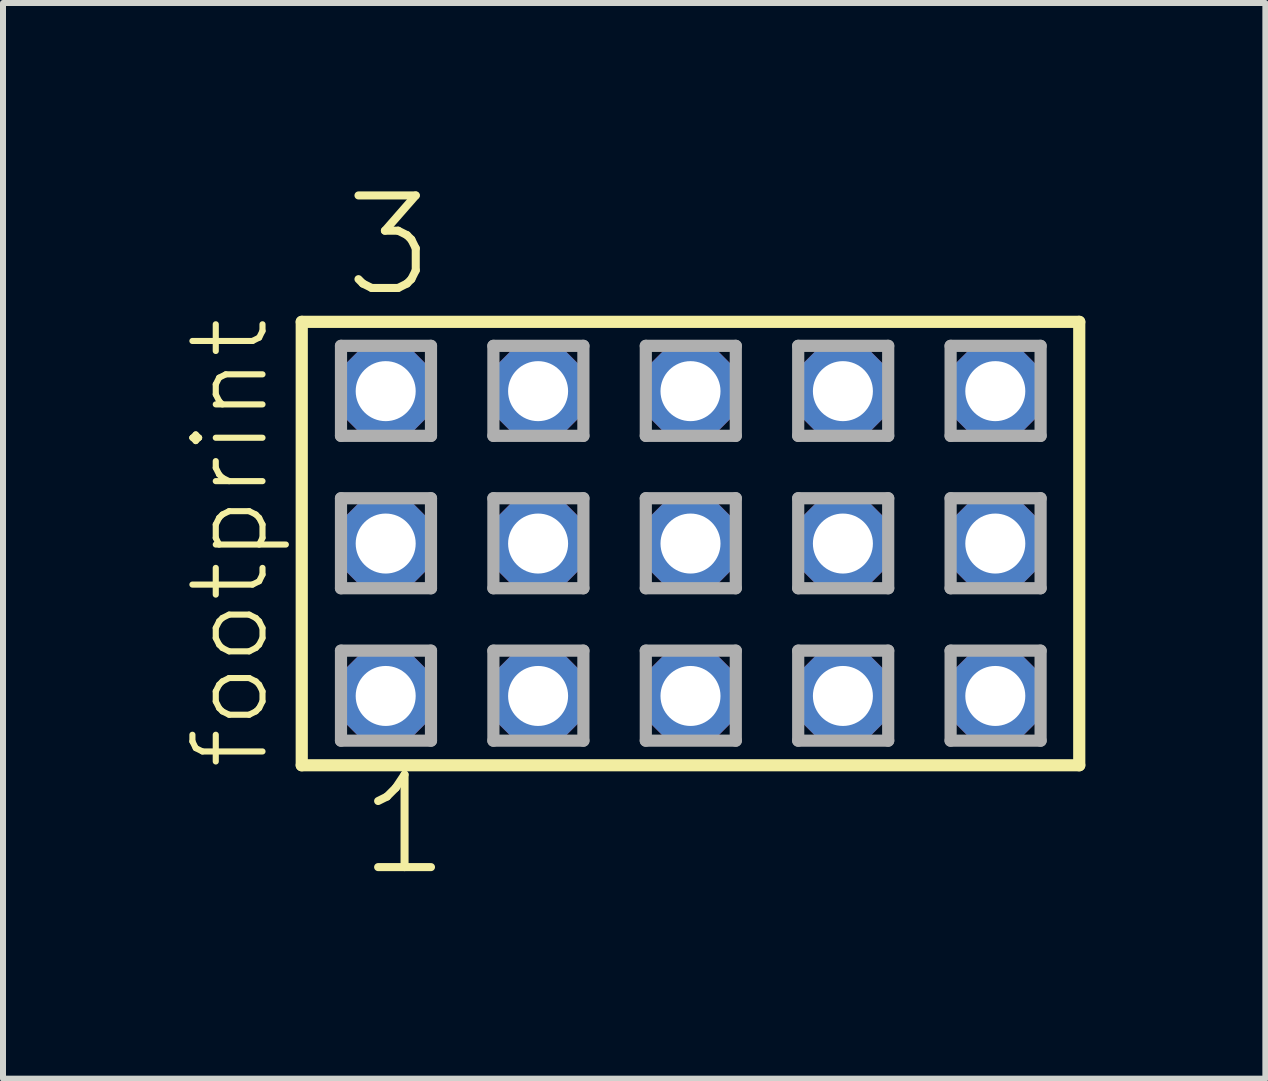
<source format=kicad_pcb>
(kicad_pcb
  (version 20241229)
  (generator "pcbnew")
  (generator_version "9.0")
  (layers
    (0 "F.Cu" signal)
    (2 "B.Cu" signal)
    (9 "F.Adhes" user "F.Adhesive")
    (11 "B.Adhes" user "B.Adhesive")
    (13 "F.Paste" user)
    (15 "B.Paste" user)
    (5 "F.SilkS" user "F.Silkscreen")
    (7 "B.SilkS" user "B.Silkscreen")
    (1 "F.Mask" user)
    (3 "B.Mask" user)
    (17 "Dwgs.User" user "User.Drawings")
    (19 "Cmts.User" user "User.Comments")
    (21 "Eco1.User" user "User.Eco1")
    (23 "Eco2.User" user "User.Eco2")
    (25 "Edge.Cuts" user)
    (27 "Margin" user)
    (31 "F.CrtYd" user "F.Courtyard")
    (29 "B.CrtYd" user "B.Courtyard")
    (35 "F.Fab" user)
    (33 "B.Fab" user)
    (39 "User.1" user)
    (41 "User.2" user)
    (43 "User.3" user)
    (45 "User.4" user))
  (footprint "footprint"
    (layer "F.Cu")
    (at 8.458 6.009)
    (property "Reference" "footprint" (at -6.985 3.81 90) (layer "F.SilkS") (effects (font (size 1.168 1.168) (thickness 0.102)) (justify left bottom)))
    (fp_line (start -6.479 -3.695) (end 6.479 -3.695) (stroke (width 0.203) (type solid)) (layer "F.SilkS"))
    (fp_line (start -6.479 3.695) (end -6.479 -3.695) (stroke (width 0.203) (type solid)) (layer "F.SilkS"))
    (fp_line (start 6.479 -3.695) (end 6.479 3.695) (stroke (width 0.203) (type solid)) (layer "F.SilkS"))
    (fp_line (start 6.479 3.695) (end -6.479 3.695) (stroke (width 0.203) (type solid)) (layer "F.SilkS"))
    (fp_line (start -5.825 -3.295) (end -4.325 -3.295) (stroke (width 0.203) (type solid)) (layer "F.Fab"))
    (fp_line (start -5.825 -1.795) (end -5.825 -3.295) (stroke (width 0.203) (type solid)) (layer "F.Fab"))
    (fp_line (start -5.825 -0.755) (end -4.325 -0.755) (stroke (width 0.203) (type solid)) (layer "F.Fab"))
    (fp_line (start -5.825 0.745) (end -5.825 -0.755) (stroke (width 0.203) (type solid)) (layer "F.Fab"))
    (fp_line (start -5.825 1.785) (end -4.325 1.785) (stroke (width 0.203) (type solid)) (layer "F.Fab"))
    (fp_line (start -5.825 3.285) (end -5.825 1.785) (stroke (width 0.203) (type solid)) (layer "F.Fab"))
    (fp_line (start -4.325 -3.295) (end -4.325 -1.795) (stroke (width 0.203) (type solid)) (layer "F.Fab"))
    (fp_line (start -4.325 -1.795) (end -5.825 -1.795) (stroke (width 0.203) (type solid)) (layer "F.Fab"))
    (fp_line (start -4.325 -0.755) (end -4.325 0.745) (stroke (width 0.203) (type solid)) (layer "F.Fab"))
    (fp_line (start -4.325 0.745) (end -5.825 0.745) (stroke (width 0.203) (type solid)) (layer "F.Fab"))
    (fp_line (start -4.325 1.785) (end -4.325 3.285) (stroke (width 0.203) (type solid)) (layer "F.Fab"))
    (fp_line (start -4.325 3.285) (end -5.825 3.285) (stroke (width 0.203) (type solid)) (layer "F.Fab"))
    (fp_line (start -3.285 -3.295) (end -1.785 -3.295) (stroke (width 0.203) (type solid)) (layer "F.Fab"))
    (fp_line (start -3.285 -1.795) (end -3.285 -3.295) (stroke (width 0.203) (type solid)) (layer "F.Fab"))
    (fp_line (start -3.285 -0.755) (end -1.785 -0.755) (stroke (width 0.203) (type solid)) (layer "F.Fab"))
    (fp_line (start -3.285 0.745) (end -3.285 -0.755) (stroke (width 0.203) (type solid)) (layer "F.Fab"))
    (fp_line (start -3.285 1.785) (end -1.785 1.785) (stroke (width 0.203) (type solid)) (layer "F.Fab"))
    (fp_line (start -3.285 3.285) (end -3.285 1.785) (stroke (width 0.203) (type solid)) (layer "F.Fab"))
    (fp_line (start -1.785 -3.295) (end -1.785 -1.795) (stroke (width 0.203) (type solid)) (layer "F.Fab"))
    (fp_line (start -1.785 -1.795) (end -3.285 -1.795) (stroke (width 0.203) (type solid)) (layer "F.Fab"))
    (fp_line (start -1.785 -0.755) (end -1.785 0.745) (stroke (width 0.203) (type solid)) (layer "F.Fab"))
    (fp_line (start -1.785 0.745) (end -3.285 0.745) (stroke (width 0.203) (type solid)) (layer "F.Fab"))
    (fp_line (start -1.785 1.785) (end -1.785 3.285) (stroke (width 0.203) (type solid)) (layer "F.Fab"))
    (fp_line (start -1.785 3.285) (end -3.285 3.285) (stroke (width 0.203) (type solid)) (layer "F.Fab"))
    (fp_line (start -0.745 -3.295) (end 0.755 -3.295) (stroke (width 0.203) (type solid)) (layer "F.Fab"))
    (fp_line (start -0.745 -1.795) (end -0.745 -3.295) (stroke (width 0.203) (type solid)) (layer "F.Fab"))
    (fp_line (start -0.745 -0.755) (end 0.755 -0.755) (stroke (width 0.203) (type solid)) (layer "F.Fab"))
    (fp_line (start -0.745 0.745) (end -0.745 -0.755) (stroke (width 0.203) (type solid)) (layer "F.Fab"))
    (fp_line (start -0.745 1.785) (end 0.755 1.785) (stroke (width 0.203) (type solid)) (layer "F.Fab"))
    (fp_line (start -0.745 3.285) (end -0.745 1.785) (stroke (width 0.203) (type solid)) (layer "F.Fab"))
    (fp_line (start 0.755 -3.295) (end 0.755 -1.795) (stroke (width 0.203) (type solid)) (layer "F.Fab"))
    (fp_line (start 0.755 -1.795) (end -0.745 -1.795) (stroke (width 0.203) (type solid)) (layer "F.Fab"))
    (fp_line (start 0.755 -0.755) (end 0.755 0.745) (stroke (width 0.203) (type solid)) (layer "F.Fab"))
    (fp_line (start 0.755 0.745) (end -0.745 0.745) (stroke (width 0.203) (type solid)) (layer "F.Fab"))
    (fp_line (start 0.755 1.785) (end 0.755 3.285) (stroke (width 0.203) (type solid)) (layer "F.Fab"))
    (fp_line (start 0.755 3.285) (end -0.745 3.285) (stroke (width 0.203) (type solid)) (layer "F.Fab"))
    (fp_line (start 1.795 -3.295) (end 3.295 -3.295) (stroke (width 0.203) (type solid)) (layer "F.Fab"))
    (fp_line (start 1.795 -1.795) (end 1.795 -3.295) (stroke (width 0.203) (type solid)) (layer "F.Fab"))
    (fp_line (start 1.795 -0.755) (end 3.295 -0.755) (stroke (width 0.203) (type solid)) (layer "F.Fab"))
    (fp_line (start 1.795 0.745) (end 1.795 -0.755) (stroke (width 0.203) (type solid)) (layer "F.Fab"))
    (fp_line (start 1.795 1.785) (end 3.295 1.785) (stroke (width 0.203) (type solid)) (layer "F.Fab"))
    (fp_line (start 1.795 3.285) (end 1.795 1.785) (stroke (width 0.203) (type solid)) (layer "F.Fab"))
    (fp_line (start 3.295 -3.295) (end 3.295 -1.795) (stroke (width 0.203) (type solid)) (layer "F.Fab"))
    (fp_line (start 3.295 -1.795) (end 1.795 -1.795) (stroke (width 0.203) (type solid)) (layer "F.Fab"))
    (fp_line (start 3.295 -0.755) (end 3.295 0.745) (stroke (width 0.203) (type solid)) (layer "F.Fab"))
    (fp_line (start 3.295 0.745) (end 1.795 0.745) (stroke (width 0.203) (type solid)) (layer "F.Fab"))
    (fp_line (start 3.295 1.785) (end 3.295 3.285) (stroke (width 0.203) (type solid)) (layer "F.Fab"))
    (fp_line (start 3.295 3.285) (end 1.795 3.285) (stroke (width 0.203) (type solid)) (layer "F.Fab"))
    (fp_line (start 4.335 -3.295) (end 5.835 -3.295) (stroke (width 0.203) (type solid)) (layer "F.Fab"))
    (fp_line (start 4.335 -1.795) (end 4.335 -3.295) (stroke (width 0.203) (type solid)) (layer "F.Fab"))
    (fp_line (start 4.335 -0.755) (end 5.835 -0.755) (stroke (width 0.203) (type solid)) (layer "F.Fab"))
    (fp_line (start 4.335 0.745) (end 4.335 -0.755) (stroke (width 0.203) (type solid)) (layer "F.Fab"))
    (fp_line (start 4.335 1.785) (end 5.835 1.785) (stroke (width 0.203) (type solid)) (layer "F.Fab"))
    (fp_line (start 4.335 3.285) (end 4.335 1.785) (stroke (width 0.203) (type solid)) (layer "F.Fab"))
    (fp_line (start 5.835 -3.295) (end 5.835 -1.795) (stroke (width 0.203) (type solid)) (layer "F.Fab"))
    (fp_line (start 5.835 -1.795) (end 4.335 -1.795) (stroke (width 0.203) (type solid)) (layer "F.Fab"))
    (fp_line (start 5.835 -0.755) (end 5.835 0.745) (stroke (width 0.203) (type solid)) (layer "F.Fab"))
    (fp_line (start 5.835 0.745) (end 4.335 0.745) (stroke (width 0.203) (type solid)) (layer "F.Fab"))
    (fp_line (start 5.835 1.785) (end 5.835 3.285) (stroke (width 0.203) (type solid)) (layer "F.Fab"))
    (fp_line (start 5.835 3.285) (end 4.335 3.285) (stroke (width 0.203) (type solid)) (layer "F.Fab"))
    (fp_text user "1" (at -5.588 5.588 0) (layer "F.SilkS") (effects (font (size 1.542 1.542) (thickness 0.134)) (justify left bottom)))
    (fp_text user "3" (at -5.842 -4.064 0) (layer "F.SilkS") (effects (font (size 1.542 1.542) (thickness 0.134)) (justify left bottom)))
    (pad "1" thru_hole roundrect (at -5.08 2.54) (size 1.5 1.5) (drill 1) (layers "*.Cu" "*.Mask") (roundrect_rratio 0.25) (chamfer_ratio 0.25) (chamfer top_left top_right bottom_left bottom_right))
    (pad "2" thru_hole roundrect (at -5.08 0) (size 1.5 1.5) (drill 1) (layers "*.Cu" "*.Mask") (roundrect_rratio 0.25) (chamfer_ratio 0.25) (chamfer top_left top_right bottom_left bottom_right))
    (pad "3" thru_hole roundrect (at -5.08 -2.54) (size 1.5 1.5) (drill 1) (layers "*.Cu" "*.Mask") (roundrect_rratio 0.25) (chamfer_ratio 0.25) (chamfer top_left top_right bottom_left bottom_right))
    (pad "4" thru_hole roundrect (at -2.54 2.54) (size 1.5 1.5) (drill 1) (layers "*.Cu" "*.Mask") (roundrect_rratio 0.25) (chamfer_ratio 0.25) (chamfer top_left top_right bottom_left bottom_right))
    (pad "5" thru_hole roundrect (at -2.54 0) (size 1.5 1.5) (drill 1) (layers "*.Cu" "*.Mask") (roundrect_rratio 0.25) (chamfer_ratio 0.25) (chamfer top_left top_right bottom_left bottom_right))
    (pad "6" thru_hole roundrect (at -2.54 -2.54) (size 1.5 1.5) (drill 1) (layers "*.Cu" "*.Mask") (roundrect_rratio 0.25) (chamfer_ratio 0.25) (chamfer top_left top_right bottom_left bottom_right))
    (pad "7" thru_hole roundrect (at 0 2.54) (size 1.5 1.5) (drill 1) (layers "*.Cu" "*.Mask") (roundrect_rratio 0.25) (chamfer_ratio 0.25) (chamfer top_left top_right bottom_left bottom_right))
    (pad "8" thru_hole roundrect (at 0 0) (size 1.5 1.5) (drill 1) (layers "*.Cu" "*.Mask") (roundrect_rratio 0.25) (chamfer_ratio 0.25) (chamfer top_left top_right bottom_left bottom_right))
    (pad "9" thru_hole roundrect (at 0 -2.54) (size 1.5 1.5) (drill 1) (layers "*.Cu" "*.Mask") (roundrect_rratio 0.25) (chamfer_ratio 0.25) (chamfer top_left top_right bottom_left bottom_right))
    (pad "10" thru_hole roundrect (at 2.54 2.54) (size 1.5 1.5) (drill 1) (layers "*.Cu" "*.Mask") (roundrect_rratio 0.25) (chamfer_ratio 0.25) (chamfer top_left top_right bottom_left bottom_right))
    (pad "11" thru_hole roundrect (at 2.54 0) (size 1.5 1.5) (drill 1) (layers "*.Cu" "*.Mask") (roundrect_rratio 0.25) (chamfer_ratio 0.25) (chamfer top_left top_right bottom_left bottom_right))
    (pad "12" thru_hole roundrect (at 2.54 -2.54) (size 1.5 1.5) (drill 1) (layers "*.Cu" "*.Mask") (roundrect_rratio 0.25) (chamfer_ratio 0.25) (chamfer top_left top_right bottom_left bottom_right))
    (pad "13" thru_hole roundrect (at 5.08 2.54) (size 1.5 1.5) (drill 1) (layers "*.Cu" "*.Mask") (roundrect_rratio 0.25) (chamfer_ratio 0.25) (chamfer top_left top_right bottom_left bottom_right))
    (pad "14" thru_hole roundrect (at 5.08 0) (size 1.5 1.5) (drill 1) (layers "*.Cu" "*.Mask") (roundrect_rratio 0.25) (chamfer_ratio 0.25) (chamfer top_left top_right bottom_left bottom_right))
    (pad "15" thru_hole roundrect (at 5.08 -2.54) (size 1.5 1.5) (drill 1) (layers "*.Cu" "*.Mask") (roundrect_rratio 0.25) (chamfer_ratio 0.25) (chamfer top_left top_right bottom_left bottom_right)))
  (gr_rect
    (start -3 -3)
    (end 18.039 14.927)
    (stroke (width 0.1) (type default))
    (fill no)
    (layer "Edge.Cuts")))
</source>
